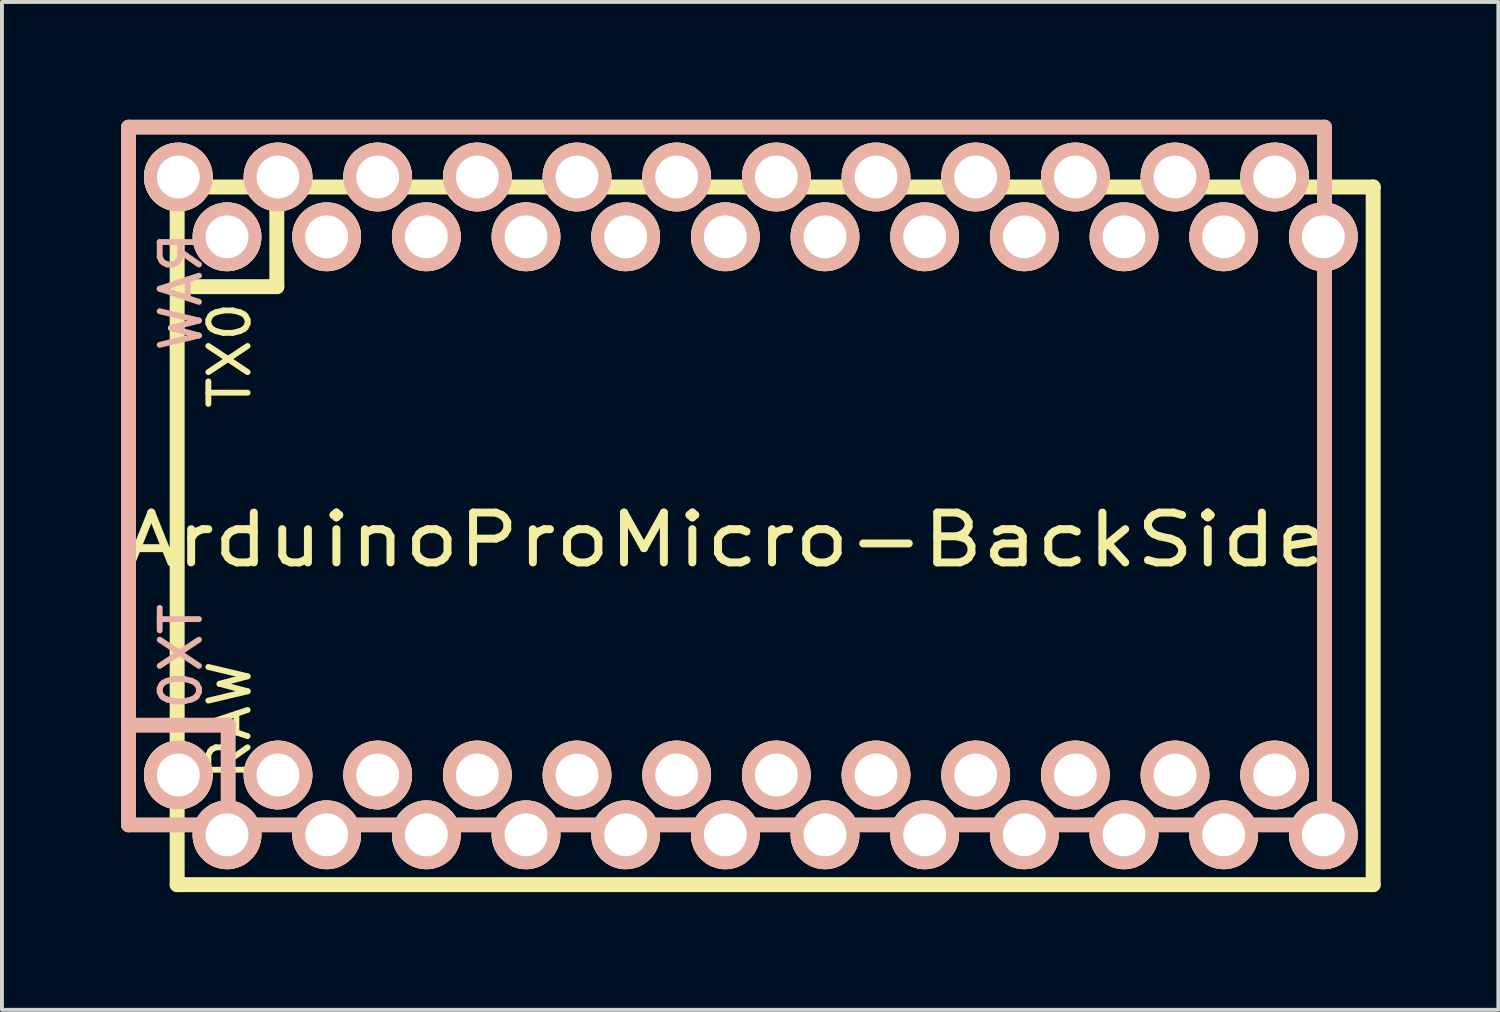
<source format=kicad_pcb>
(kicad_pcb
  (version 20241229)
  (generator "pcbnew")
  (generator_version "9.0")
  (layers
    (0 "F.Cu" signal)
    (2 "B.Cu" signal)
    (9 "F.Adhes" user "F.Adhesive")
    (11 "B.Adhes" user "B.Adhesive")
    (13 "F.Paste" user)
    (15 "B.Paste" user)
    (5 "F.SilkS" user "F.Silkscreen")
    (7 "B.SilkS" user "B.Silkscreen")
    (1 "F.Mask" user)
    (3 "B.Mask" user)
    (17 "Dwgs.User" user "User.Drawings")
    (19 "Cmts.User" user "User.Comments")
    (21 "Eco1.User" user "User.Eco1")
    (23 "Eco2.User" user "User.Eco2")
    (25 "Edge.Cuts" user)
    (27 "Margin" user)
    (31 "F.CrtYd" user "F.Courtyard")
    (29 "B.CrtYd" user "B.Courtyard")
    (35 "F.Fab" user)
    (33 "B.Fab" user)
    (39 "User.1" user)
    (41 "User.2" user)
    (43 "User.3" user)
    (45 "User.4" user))
  (footprint "ArduinoProMicro-BackSide"
    (layer "F.Cu")
    (at 15.465 9.081)
    (property "Reference" "ArduinoProMicro-BackSide" (at 0 1.625 0) (layer "F.SilkS") (effects (font (size 1.27 1.524) (thickness 0.203))))
    (attr through_hole)
    (fp_line (start -14 -7.366) (end 16.48 -7.366) (stroke (width 0.381) (type solid)) (layer "F.SilkS"))
    (fp_line (start -14 -4.826) (end -11.46 -4.826) (stroke (width 0.381) (type solid)) (layer "F.SilkS"))
    (fp_line (start -14 10.414) (end -14 -7.366) (stroke (width 0.381) (type solid)) (layer "F.SilkS"))
    (fp_line (start -11.46 -4.826) (end -11.46 -7.366) (stroke (width 0.381) (type solid)) (layer "F.SilkS"))
    (fp_line (start 16.48 -7.366) (end 16.48 10.414) (stroke (width 0.381) (type solid)) (layer "F.SilkS"))
    (fp_line (start 16.48 10.414) (end -14 10.414) (stroke (width 0.381) (type solid)) (layer "F.SilkS"))
    (fp_line (start -15.24 -8.89) (end -15.24 8.89) (stroke (width 0.381) (type solid)) (layer "B.SilkS"))
    (fp_line (start -15.24 6.35) (end -12.7 6.35) (stroke (width 0.381) (type solid)) (layer "B.SilkS"))
    (fp_line (start -15.24 8.89) (end 15.24 8.89) (stroke (width 0.381) (type solid)) (layer "B.SilkS"))
    (fp_line (start -12.7 6.35) (end -12.7 8.89) (stroke (width 0.381) (type solid)) (layer "B.SilkS"))
    (fp_line (start 15.24 -8.89) (end -15.24 -8.89) (stroke (width 0.381) (type solid)) (layer "B.SilkS"))
    (fp_line (start 15.24 8.89) (end 15.24 -8.89) (stroke (width 0.381) (type solid)) (layer "B.SilkS"))
    (fp_text user "RAW" (at -12.66 6.224 90) (layer "F.SilkS") (effects (font (size 1 1) (thickness 0.15))))
    (fp_text user "TX0" (at -12.66 -3.076 90) (layer "F.SilkS") (effects (font (size 1 1) (thickness 0.15))))
    (fp_text user "TX0" (at -13.9 4.6 90) (layer "B.SilkS") (effects (font (size 1 1) (thickness 0.15)) (justify mirror)))
    (fp_text user "RAW" (at -13.9 -4.7 90) (layer "B.SilkS") (effects (font (size 1 1) (thickness 0.15)) (justify mirror)))
    (pad "1" thru_hole circle (at -13.97 7.62) (size 1.753 1.753) (drill 1.092) (layers "*.Cu" "*.SilkS" "*.Mask"))
    (pad "1" thru_hole circle (at -12.73 -6.096 180) (size 1.753 1.753) (drill 1.092) (layers "*.Cu" "*.SilkS" "*.Mask"))
    (pad "2" thru_hole circle (at -11.43 7.62) (size 1.753 1.753) (drill 1.092) (layers "*.Cu" "*.SilkS" "*.Mask"))
    (pad "2" thru_hole circle (at -10.19 -6.096 180) (size 1.753 1.753) (drill 1.092) (layers "*.Cu" "*.SilkS" "*.Mask"))
    (pad "3" thru_hole circle (at -8.89 7.62) (size 1.753 1.753) (drill 1.092) (layers "*.Cu" "*.SilkS" "*.Mask"))
    (pad "3" thru_hole circle (at -7.65 -6.096 180) (size 1.753 1.753) (drill 1.092) (layers "*.Cu" "*.SilkS" "*.Mask"))
    (pad "4" thru_hole circle (at -6.35 7.62) (size 1.753 1.753) (drill 1.092) (layers "*.Cu" "*.SilkS" "*.Mask"))
    (pad "4" thru_hole circle (at -5.11 -6.096 180) (size 1.753 1.753) (drill 1.092) (layers "*.Cu" "*.SilkS" "*.Mask"))
    (pad "5" thru_hole circle (at -3.81 7.62) (size 1.753 1.753) (drill 1.092) (layers "*.Cu" "*.SilkS" "*.Mask"))
    (pad "5" thru_hole circle (at -2.57 -6.096 180) (size 1.753 1.753) (drill 1.092) (layers "*.Cu" "*.SilkS" "*.Mask"))
    (pad "6" thru_hole circle (at -1.27 7.62) (size 1.753 1.753) (drill 1.092) (layers "*.Cu" "*.SilkS" "*.Mask"))
    (pad "6" thru_hole circle (at -0.03 -6.096 180) (size 1.753 1.753) (drill 1.092) (layers "*.Cu" "*.SilkS" "*.Mask"))
    (pad "7" thru_hole circle (at 1.27 7.62) (size 1.753 1.753) (drill 1.092) (layers "*.Cu" "*.SilkS" "*.Mask"))
    (pad "7" thru_hole circle (at 2.51 -6.096 180) (size 1.753 1.753) (drill 1.092) (layers "*.Cu" "*.SilkS" "*.Mask"))
    (pad "8" thru_hole circle (at 3.81 7.62) (size 1.753 1.753) (drill 1.092) (layers "*.Cu" "*.SilkS" "*.Mask"))
    (pad "8" thru_hole circle (at 5.05 -6.096 180) (size 1.753 1.753) (drill 1.092) (layers "*.Cu" "*.SilkS" "*.Mask"))
    (pad "9" thru_hole circle (at 6.35 7.62) (size 1.753 1.753) (drill 1.092) (layers "*.Cu" "*.SilkS" "*.Mask"))
    (pad "9" thru_hole circle (at 7.59 -6.096 180) (size 1.753 1.753) (drill 1.092) (layers "*.Cu" "*.SilkS" "*.Mask"))
    (pad "10" thru_hole circle (at 8.89 7.62) (size 1.753 1.753) (drill 1.092) (layers "*.Cu" "*.SilkS" "*.Mask"))
    (pad "10" thru_hole circle (at 10.13 -6.096 180) (size 1.753 1.753) (drill 1.092) (layers "*.Cu" "*.SilkS" "*.Mask"))
    (pad "11" thru_hole circle (at 11.43 7.62) (size 1.753 1.753) (drill 1.092) (layers "*.Cu" "*.SilkS" "*.Mask"))
    (pad "11" thru_hole circle (at 12.67 -6.096 180) (size 1.753 1.753) (drill 1.092) (layers "*.Cu" "*.SilkS" "*.Mask"))
    (pad "12" thru_hole circle (at 13.97 7.62) (size 1.753 1.753) (drill 1.092) (layers "*.Cu" "*.SilkS" "*.Mask"))
    (pad "12" thru_hole circle (at 15.21 -6.096 180) (size 1.753 1.753) (drill 1.092) (layers "*.Cu" "*.SilkS" "*.Mask"))
    (pad "13" thru_hole circle (at 13.97 -7.62) (size 1.753 1.753) (drill 1.092) (layers "*.Cu" "*.SilkS" "*.Mask"))
    (pad "13" thru_hole circle (at 15.21 9.144 180) (size 1.753 1.753) (drill 1.092) (layers "*.Cu" "*.SilkS" "*.Mask"))
    (pad "14" thru_hole circle (at 11.43 -7.62) (size 1.753 1.753) (drill 1.092) (layers "*.Cu" "*.SilkS" "*.Mask"))
    (pad "14" thru_hole circle (at 12.67 9.144 180) (size 1.753 1.753) (drill 1.092) (layers "*.Cu" "*.SilkS" "*.Mask"))
    (pad "15" thru_hole circle (at 8.89 -7.62) (size 1.753 1.753) (drill 1.092) (layers "*.Cu" "*.SilkS" "*.Mask"))
    (pad "15" thru_hole circle (at 10.13 9.144 180) (size 1.753 1.753) (drill 1.092) (layers "*.Cu" "*.SilkS" "*.Mask"))
    (pad "16" thru_hole circle (at 6.35 -7.62) (size 1.753 1.753) (drill 1.092) (layers "*.Cu" "*.SilkS" "*.Mask"))
    (pad "16" thru_hole circle (at 7.59 9.144 180) (size 1.753 1.753) (drill 1.092) (layers "*.Cu" "*.SilkS" "*.Mask"))
    (pad "17" thru_hole circle (at 3.81 -7.62) (size 1.753 1.753) (drill 1.092) (layers "*.Cu" "*.SilkS" "*.Mask"))
    (pad "17" thru_hole circle (at 5.05 9.144 180) (size 1.753 1.753) (drill 1.092) (layers "*.Cu" "*.SilkS" "*.Mask"))
    (pad "18" thru_hole circle (at 1.27 -7.62) (size 1.753 1.753) (drill 1.092) (layers "*.Cu" "*.SilkS" "*.Mask"))
    (pad "18" thru_hole circle (at 2.51 9.144 180) (size 1.753 1.753) (drill 1.092) (layers "*.Cu" "*.SilkS" "*.Mask"))
    (pad "19" thru_hole circle (at -1.27 -7.62) (size 1.753 1.753) (drill 1.092) (layers "*.Cu" "*.SilkS" "*.Mask"))
    (pad "19" thru_hole circle (at -0.03 9.144 180) (size 1.753 1.753) (drill 1.092) (layers "*.Cu" "*.SilkS" "*.Mask"))
    (pad "20" thru_hole circle (at -3.81 -7.62) (size 1.753 1.753) (drill 1.092) (layers "*.Cu" "*.SilkS" "*.Mask"))
    (pad "20" thru_hole circle (at -2.57 9.144 180) (size 1.753 1.753) (drill 1.092) (layers "*.Cu" "*.SilkS" "*.Mask"))
    (pad "21" thru_hole circle (at -6.35 -7.62) (size 1.753 1.753) (drill 1.092) (layers "*.Cu" "*.SilkS" "*.Mask"))
    (pad "21" thru_hole circle (at -5.11 9.144 180) (size 1.753 1.753) (drill 1.092) (layers "*.Cu" "*.SilkS" "*.Mask"))
    (pad "22" thru_hole circle (at -8.89 -7.62) (size 1.753 1.753) (drill 1.092) (layers "*.Cu" "*.SilkS" "*.Mask"))
    (pad "22" thru_hole circle (at -7.65 9.144 180) (size 1.753 1.753) (drill 1.092) (layers "*.Cu" "*.SilkS" "*.Mask"))
    (pad "23" thru_hole circle (at -11.43 -7.62) (size 1.753 1.753) (drill 1.092) (layers "*.Cu" "*.SilkS" "*.Mask"))
    (pad "23" thru_hole circle (at -10.19 9.144 180) (size 1.753 1.753) (drill 1.092) (layers "*.Cu" "*.SilkS" "*.Mask"))
    (pad "24" thru_hole circle (at -13.97 -7.62) (size 1.753 1.753) (drill 1.092) (layers "*.Cu" "*.SilkS" "*.Mask"))
    (pad "24" thru_hole circle (at -12.73 9.144 180) (size 1.753 1.753) (drill 1.092) (layers "*.Cu" "*.SilkS" "*.Mask")))
  (gr_rect
    (start -3 -3)
    (end 35.135 22.685)
    (stroke (width 0.1) (type default))
    (fill no)
    (layer "Edge.Cuts")))
</source>
